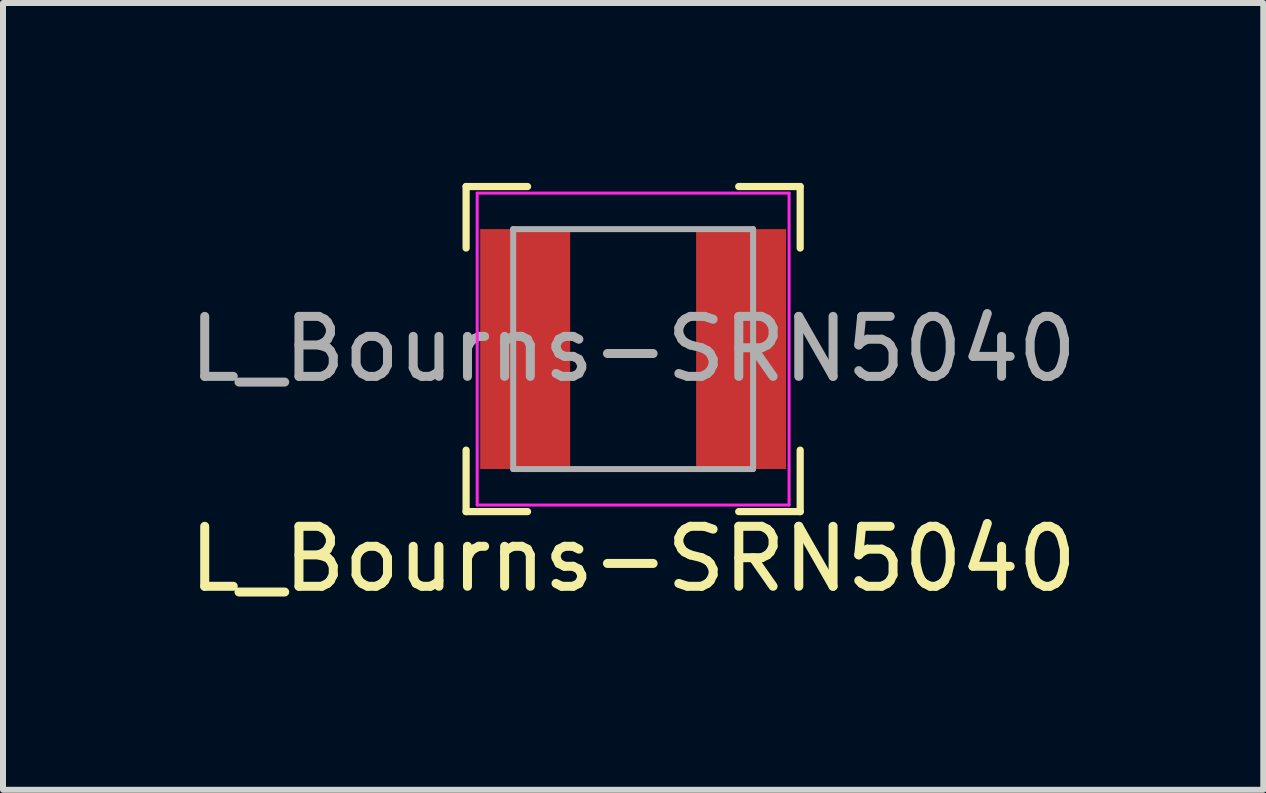
<source format=kicad_pcb>
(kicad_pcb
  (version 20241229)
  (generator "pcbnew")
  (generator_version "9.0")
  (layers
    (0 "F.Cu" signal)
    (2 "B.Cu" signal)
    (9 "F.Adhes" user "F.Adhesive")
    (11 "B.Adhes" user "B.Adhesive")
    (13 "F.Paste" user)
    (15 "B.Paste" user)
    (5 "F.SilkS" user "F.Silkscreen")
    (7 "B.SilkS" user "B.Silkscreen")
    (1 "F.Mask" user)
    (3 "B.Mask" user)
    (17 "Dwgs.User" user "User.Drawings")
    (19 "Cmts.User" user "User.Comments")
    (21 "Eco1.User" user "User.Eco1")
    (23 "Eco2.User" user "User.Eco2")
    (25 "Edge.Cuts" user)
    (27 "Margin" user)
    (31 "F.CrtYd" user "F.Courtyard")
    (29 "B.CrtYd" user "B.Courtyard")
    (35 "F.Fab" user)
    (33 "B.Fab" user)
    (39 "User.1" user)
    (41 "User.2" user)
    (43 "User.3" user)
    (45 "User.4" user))
  (footprint "L_Bourns-SRN5040"
    (layer "F.Cu")
    (at 7.506 2.77)
    (property "Reference" "L_Bourns-SRN5040" (at 0 3.5 0) (layer "F.SilkS") (effects (font (size 1 1) (thickness 0.15))))
    (attr smd)
    (fp_line (start -2.785 -2.71) (end -2.785 -1.685) (stroke (width 0.12) (type solid)) (layer "F.SilkS"))
    (fp_line (start -2.785 -2.71) (end -1.76 -2.71) (stroke (width 0.12) (type solid)) (layer "F.SilkS"))
    (fp_line (start -2.785 2.71) (end -2.785 1.685) (stroke (width 0.12) (type solid)) (layer "F.SilkS"))
    (fp_line (start -2.785 2.71) (end -1.76 2.71) (stroke (width 0.12) (type solid)) (layer "F.SilkS"))
    (fp_line (start 2.785 -2.71) (end 1.76 -2.71) (stroke (width 0.12) (type solid)) (layer "F.SilkS"))
    (fp_line (start 2.785 -2.71) (end 2.785 -1.685) (stroke (width 0.12) (type solid)) (layer "F.SilkS"))
    (fp_line (start 2.785 2.71) (end 1.76 2.71) (stroke (width 0.12) (type solid)) (layer "F.SilkS"))
    (fp_line (start 2.785 2.71) (end 2.785 1.685) (stroke (width 0.12) (type solid)) (layer "F.SilkS"))
    (fp_line (start -2.6 -2.6) (end -2.6 2.6) (stroke (width 0.05) (type solid)) (layer "F.CrtYd"))
    (fp_line (start -2.6 -2.6) (end 2.6 -2.6) (stroke (width 0.05) (type solid)) (layer "F.CrtYd"))
    (fp_line (start -2.6 2.6) (end 2.6 2.6) (stroke (width 0.05) (type solid)) (layer "F.CrtYd"))
    (fp_line (start 2.6 -2.6) (end 2.6 2.6) (stroke (width 0.05) (type solid)) (layer "F.CrtYd"))
    (fp_line (start -2 -2) (end -2 2) (stroke (width 0.1) (type solid)) (layer "F.Fab"))
    (fp_line (start -2 -2) (end 2 -2) (stroke (width 0.1) (type solid)) (layer "F.Fab"))
    (fp_line (start 2 -2) (end 2 2) (stroke (width 0.1) (type solid)) (layer "F.Fab"))
    (fp_line (start 2 2) (end -2 2) (stroke (width 0.1) (type solid)) (layer "F.Fab"))
    (fp_text user "${REFERENCE}" (at 0 0 0) (layer "F.Fab") (effects (font (size 1 1) (thickness 0.15))))
    (pad "1" smd rect (at -1.8 0) (size 1.5 4) (layers "F.Cu" "F.Mask" "F.Paste"))
    (pad "2" smd rect (at 1.8 0) (size 1.5 4) (layers "F.Cu" "F.Mask" "F.Paste")))
  (gr_rect
    (start -3 -3)
    (end 18.012 10.118)
    (stroke (width 0.1) (type default))
    (fill no)
    (layer "Edge.Cuts")))
</source>
